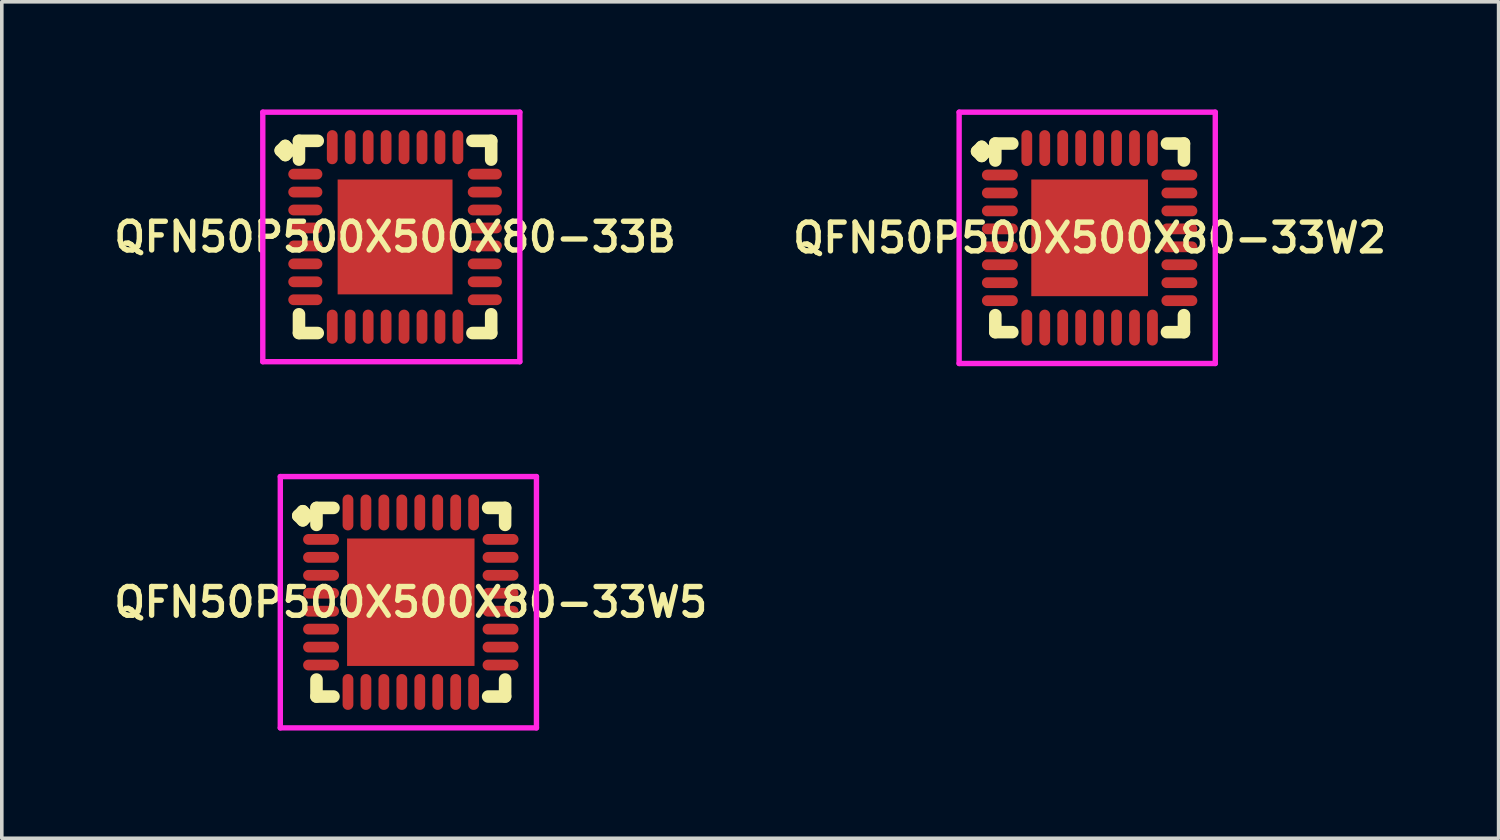
<source format=kicad_pcb>
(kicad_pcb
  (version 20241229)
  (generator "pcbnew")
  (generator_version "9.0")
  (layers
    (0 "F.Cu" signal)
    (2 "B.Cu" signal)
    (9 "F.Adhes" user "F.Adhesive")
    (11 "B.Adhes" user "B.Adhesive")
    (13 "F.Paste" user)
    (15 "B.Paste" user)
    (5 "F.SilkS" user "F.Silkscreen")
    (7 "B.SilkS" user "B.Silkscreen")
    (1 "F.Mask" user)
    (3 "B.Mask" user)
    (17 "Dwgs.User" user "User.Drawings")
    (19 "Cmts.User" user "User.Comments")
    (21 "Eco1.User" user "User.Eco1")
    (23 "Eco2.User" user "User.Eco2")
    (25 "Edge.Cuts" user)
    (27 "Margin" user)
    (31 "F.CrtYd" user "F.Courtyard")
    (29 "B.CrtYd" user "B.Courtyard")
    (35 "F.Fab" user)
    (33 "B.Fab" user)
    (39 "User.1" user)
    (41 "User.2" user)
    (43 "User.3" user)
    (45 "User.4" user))
  (footprint "QFN50P500X500X80-33W5"
    (layer "F.Cu")
    (at 8.393 13.725)
    (property "Reference" "QFN50P500X500X80-33W5" (at 0 0 0) (layer "F.SilkS") (effects (font (size 0.8 0.8) (thickness 0.15))))
    (attr smd)
    (fp_line (start -3.135 -2.408) (end -3.008 -2.535) (stroke (width 0.35) (type solid)) (layer "F.SilkS"))
    (fp_line (start -3.008 -2.535) (end -2.881 -2.408) (stroke (width 0.35) (type solid)) (layer "F.SilkS"))
    (fp_line (start -3.008 -2.281) (end -3.135 -2.408) (stroke (width 0.35) (type solid)) (layer "F.SilkS"))
    (fp_line (start -2.881 -2.408) (end -3.008 -2.281) (stroke (width 0.35) (type solid)) (layer "F.SilkS"))
    (fp_line (start -2.627 -2.627) (end -2.154 -2.627) (stroke (width 0.35) (type solid)) (layer "F.SilkS"))
    (fp_line (start -2.627 -2.154) (end -2.627 -2.627) (stroke (width 0.35) (type solid)) (layer "F.SilkS"))
    (fp_line (start -2.627 2.154) (end -2.627 2.627) (stroke (width 0.35) (type solid)) (layer "F.SilkS"))
    (fp_line (start -2.627 2.627) (end -2.154 2.627) (stroke (width 0.35) (type solid)) (layer "F.SilkS"))
    (fp_line (start 2.154 -2.627) (end 2.627 -2.627) (stroke (width 0.35) (type solid)) (layer "F.SilkS"))
    (fp_line (start 2.154 2.627) (end 2.627 2.627) (stroke (width 0.35) (type solid)) (layer "F.SilkS"))
    (fp_line (start 2.627 -2.627) (end 2.627 -2.154) (stroke (width 0.35) (type solid)) (layer "F.SilkS"))
    (fp_line (start 2.627 2.627) (end 2.627 2.154) (stroke (width 0.35) (type solid)) (layer "F.SilkS"))
    (fp_line (start -3.635 -3.5) (end 3.5 -3.5) (stroke (width 0.15) (type solid)) (layer "F.CrtYd"))
    (fp_line (start -3.635 3.5) (end -3.635 -3.5) (stroke (width 0.15) (type solid)) (layer "F.CrtYd"))
    (fp_line (start 3.5 -3.5) (end 3.5 3.5) (stroke (width 0.15) (type solid)) (layer "F.CrtYd"))
    (fp_line (start 3.5 3.5) (end -3.635 3.5) (stroke (width 0.15) (type solid)) (layer "F.CrtYd"))
    (pad "1" smd oval (at -2.5 -1.75) (size 1 0.3) (layers "F.Cu" "F.Mask" "F.Paste"))
    (pad "2" smd oval (at -2.5 -1.25) (size 1 0.3) (layers "F.Cu" "F.Mask" "F.Paste"))
    (pad "3" smd oval (at -2.5 -0.75) (size 1 0.3) (layers "F.Cu" "F.Mask" "F.Paste"))
    (pad "4" smd oval (at -2.5 -0.25) (size 1 0.3) (layers "F.Cu" "F.Mask" "F.Paste"))
    (pad "5" smd oval (at -2.5 0.25) (size 1 0.3) (layers "F.Cu" "F.Mask" "F.Paste"))
    (pad "6" smd oval (at -2.5 0.75) (size 1 0.3) (layers "F.Cu" "F.Mask" "F.Paste"))
    (pad "7" smd oval (at -2.5 1.25) (size 1 0.3) (layers "F.Cu" "F.Mask" "F.Paste"))
    (pad "8" smd oval (at -2.5 1.75) (size 1 0.3) (layers "F.Cu" "F.Mask" "F.Paste"))
    (pad "9" smd oval (at -1.75 2.5) (size 0.3 1) (layers "F.Cu" "F.Mask" "F.Paste"))
    (pad "10" smd oval (at -1.25 2.5) (size 0.3 1) (layers "F.Cu" "F.Mask" "F.Paste"))
    (pad "11" smd oval (at -0.75 2.5) (size 0.3 1) (layers "F.Cu" "F.Mask" "F.Paste"))
    (pad "12" smd oval (at -0.25 2.5) (size 0.3 1) (layers "F.Cu" "F.Mask" "F.Paste"))
    (pad "13" smd oval (at 0.25 2.5) (size 0.3 1) (layers "F.Cu" "F.Mask" "F.Paste"))
    (pad "14" smd oval (at 0.75 2.5) (size 0.3 1) (layers "F.Cu" "F.Mask" "F.Paste"))
    (pad "15" smd oval (at 1.25 2.5) (size 0.3 1) (layers "F.Cu" "F.Mask" "F.Paste"))
    (pad "16" smd oval (at 1.75 2.5) (size 0.3 1) (layers "F.Cu" "F.Mask" "F.Paste"))
    (pad "17" smd oval (at 2.5 1.75) (size 1 0.3) (layers "F.Cu" "F.Mask" "F.Paste"))
    (pad "18" smd oval (at 2.5 1.25) (size 1 0.3) (layers "F.Cu" "F.Mask" "F.Paste"))
    (pad "19" smd oval (at 2.5 0.75) (size 1 0.3) (layers "F.Cu" "F.Mask" "F.Paste"))
    (pad "20" smd oval (at 2.5 0.25) (size 1 0.3) (layers "F.Cu" "F.Mask" "F.Paste"))
    (pad "21" smd oval (at 2.5 -0.25) (size 1 0.3) (layers "F.Cu" "F.Mask" "F.Paste"))
    (pad "22" smd oval (at 2.5 -0.75) (size 1 0.3) (layers "F.Cu" "F.Mask" "F.Paste"))
    (pad "23" smd oval (at 2.5 -1.25) (size 1 0.3) (layers "F.Cu" "F.Mask" "F.Paste"))
    (pad "24" smd oval (at 2.5 -1.75) (size 1 0.3) (layers "F.Cu" "F.Mask" "F.Paste"))
    (pad "25" smd oval (at 1.75 -2.5) (size 0.3 1) (layers "F.Cu" "F.Mask" "F.Paste"))
    (pad "26" smd oval (at 1.25 -2.5) (size 0.3 1) (layers "F.Cu" "F.Mask" "F.Paste"))
    (pad "27" smd oval (at 0.75 -2.5) (size 0.3 1) (layers "F.Cu" "F.Mask" "F.Paste"))
    (pad "28" smd oval (at 0.25 -2.5) (size 0.3 1) (layers "F.Cu" "F.Mask" "F.Paste"))
    (pad "29" smd oval (at -0.25 -2.5) (size 0.3 1) (layers "F.Cu" "F.Mask" "F.Paste"))
    (pad "30" smd oval (at -0.75 -2.5) (size 0.3 1) (layers "F.Cu" "F.Mask" "F.Paste"))
    (pad "31" smd oval (at -1.25 -2.5) (size 0.3 1) (layers "F.Cu" "F.Mask" "F.Paste"))
    (pad "32" smd oval (at -1.75 -2.5) (size 0.3 1) (layers "F.Cu" "F.Mask" "F.Paste"))
    (pad "33" smd rect (at 0 0) (size 3.55 3.55) (layers "F.Cu" "F.Mask" "F.Paste")))
  (footprint "QFN50P500X500X80-33W2"
    (layer "F.Cu")
    (at 27.302 3.575)
    (property "Reference" "QFN50P500X500X80-33W2" (at 0 0 0) (layer "F.SilkS") (effects (font (size 0.8 0.8) (thickness 0.15))))
    (attr smd)
    (fp_line (start -3.135 -2.408) (end -3.008 -2.535) (stroke (width 0.35) (type solid)) (layer "F.SilkS"))
    (fp_line (start -3.008 -2.535) (end -2.881 -2.408) (stroke (width 0.35) (type solid)) (layer "F.SilkS"))
    (fp_line (start -3.008 -2.281) (end -3.135 -2.408) (stroke (width 0.35) (type solid)) (layer "F.SilkS"))
    (fp_line (start -2.881 -2.408) (end -3.008 -2.281) (stroke (width 0.35) (type solid)) (layer "F.SilkS"))
    (fp_line (start -2.627 -2.627) (end -2.154 -2.627) (stroke (width 0.35) (type solid)) (layer "F.SilkS"))
    (fp_line (start -2.627 -2.154) (end -2.627 -2.627) (stroke (width 0.35) (type solid)) (layer "F.SilkS"))
    (fp_line (start -2.627 2.154) (end -2.627 2.627) (stroke (width 0.35) (type solid)) (layer "F.SilkS"))
    (fp_line (start -2.627 2.627) (end -2.154 2.627) (stroke (width 0.35) (type solid)) (layer "F.SilkS"))
    (fp_line (start 2.154 -2.627) (end 2.627 -2.627) (stroke (width 0.35) (type solid)) (layer "F.SilkS"))
    (fp_line (start 2.154 2.627) (end 2.627 2.627) (stroke (width 0.35) (type solid)) (layer "F.SilkS"))
    (fp_line (start 2.627 -2.627) (end 2.627 -2.154) (stroke (width 0.35) (type solid)) (layer "F.SilkS"))
    (fp_line (start 2.627 2.627) (end 2.627 2.154) (stroke (width 0.35) (type solid)) (layer "F.SilkS"))
    (fp_line (start -3.635 -3.5) (end 3.5 -3.5) (stroke (width 0.15) (type solid)) (layer "F.CrtYd"))
    (fp_line (start -3.635 3.5) (end -3.635 -3.5) (stroke (width 0.15) (type solid)) (layer "F.CrtYd"))
    (fp_line (start 3.5 -3.5) (end 3.5 3.5) (stroke (width 0.15) (type solid)) (layer "F.CrtYd"))
    (fp_line (start 3.5 3.5) (end -3.635 3.5) (stroke (width 0.15) (type solid)) (layer "F.CrtYd"))
    (pad "1" smd oval (at -2.5 -1.75) (size 1 0.3) (layers "F.Cu" "F.Mask" "F.Paste"))
    (pad "2" smd oval (at -2.5 -1.25) (size 1 0.3) (layers "F.Cu" "F.Mask" "F.Paste"))
    (pad "3" smd oval (at -2.5 -0.75) (size 1 0.3) (layers "F.Cu" "F.Mask" "F.Paste"))
    (pad "4" smd oval (at -2.5 -0.25) (size 1 0.3) (layers "F.Cu" "F.Mask" "F.Paste"))
    (pad "5" smd oval (at -2.5 0.25) (size 1 0.3) (layers "F.Cu" "F.Mask" "F.Paste"))
    (pad "6" smd oval (at -2.5 0.75) (size 1 0.3) (layers "F.Cu" "F.Mask" "F.Paste"))
    (pad "7" smd oval (at -2.5 1.25) (size 1 0.3) (layers "F.Cu" "F.Mask" "F.Paste"))
    (pad "8" smd oval (at -2.5 1.75) (size 1 0.3) (layers "F.Cu" "F.Mask" "F.Paste"))
    (pad "9" smd oval (at -1.75 2.5) (size 0.3 1) (layers "F.Cu" "F.Mask" "F.Paste"))
    (pad "10" smd oval (at -1.25 2.5) (size 0.3 1) (layers "F.Cu" "F.Mask" "F.Paste"))
    (pad "11" smd oval (at -0.75 2.5) (size 0.3 1) (layers "F.Cu" "F.Mask" "F.Paste"))
    (pad "12" smd oval (at -0.25 2.5) (size 0.3 1) (layers "F.Cu" "F.Mask" "F.Paste"))
    (pad "13" smd oval (at 0.25 2.5) (size 0.3 1) (layers "F.Cu" "F.Mask" "F.Paste"))
    (pad "14" smd oval (at 0.75 2.5) (size 0.3 1) (layers "F.Cu" "F.Mask" "F.Paste"))
    (pad "15" smd oval (at 1.25 2.5) (size 0.3 1) (layers "F.Cu" "F.Mask" "F.Paste"))
    (pad "16" smd oval (at 1.75 2.5) (size 0.3 1) (layers "F.Cu" "F.Mask" "F.Paste"))
    (pad "17" smd oval (at 2.5 1.75) (size 1 0.3) (layers "F.Cu" "F.Mask" "F.Paste"))
    (pad "18" smd oval (at 2.5 1.25) (size 1 0.3) (layers "F.Cu" "F.Mask" "F.Paste"))
    (pad "19" smd oval (at 2.5 0.75) (size 1 0.3) (layers "F.Cu" "F.Mask" "F.Paste"))
    (pad "20" smd oval (at 2.5 0.25) (size 1 0.3) (layers "F.Cu" "F.Mask" "F.Paste"))
    (pad "21" smd oval (at 2.5 -0.25) (size 1 0.3) (layers "F.Cu" "F.Mask" "F.Paste"))
    (pad "22" smd oval (at 2.5 -0.75) (size 1 0.3) (layers "F.Cu" "F.Mask" "F.Paste"))
    (pad "23" smd oval (at 2.5 -1.25) (size 1 0.3) (layers "F.Cu" "F.Mask" "F.Paste"))
    (pad "24" smd oval (at 2.5 -1.75) (size 1 0.3) (layers "F.Cu" "F.Mask" "F.Paste"))
    (pad "25" smd oval (at 1.75 -2.5) (size 0.3 1) (layers "F.Cu" "F.Mask" "F.Paste"))
    (pad "26" smd oval (at 1.25 -2.5) (size 0.3 1) (layers "F.Cu" "F.Mask" "F.Paste"))
    (pad "27" smd oval (at 0.75 -2.5) (size 0.3 1) (layers "F.Cu" "F.Mask" "F.Paste"))
    (pad "28" smd oval (at 0.25 -2.5) (size 0.3 1) (layers "F.Cu" "F.Mask" "F.Paste"))
    (pad "29" smd oval (at -0.25 -2.5) (size 0.3 1) (layers "F.Cu" "F.Mask" "F.Paste"))
    (pad "30" smd oval (at -0.75 -2.5) (size 0.3 1) (layers "F.Cu" "F.Mask" "F.Paste"))
    (pad "31" smd oval (at -1.25 -2.5) (size 0.3 1) (layers "F.Cu" "F.Mask" "F.Paste"))
    (pad "32" smd oval (at -1.75 -2.5) (size 0.3 1) (layers "F.Cu" "F.Mask" "F.Paste"))
    (pad "33" smd rect (at 0 0) (size 3.25 3.25) (layers "F.Cu" "F.Mask" "F.Paste")))
  (footprint "QFN50P500X500X80-33B"
    (layer "F.Cu")
    (at 7.955 3.55)
    (property "Reference" "QFN50P500X500X80-33B" (at 0 0 0) (layer "F.SilkS") (effects (font (size 0.8 0.8) (thickness 0.15))))
    (attr smd)
    (fp_line (start -3.185 -2.408) (end -3.058 -2.535) (stroke (width 0.35) (type solid)) (layer "F.SilkS"))
    (fp_line (start -3.058 -2.535) (end -2.931 -2.408) (stroke (width 0.35) (type solid)) (layer "F.SilkS"))
    (fp_line (start -3.058 -2.281) (end -3.185 -2.408) (stroke (width 0.35) (type solid)) (layer "F.SilkS"))
    (fp_line (start -2.931 -2.408) (end -3.058 -2.281) (stroke (width 0.35) (type solid)) (layer "F.SilkS"))
    (fp_line (start -2.677 -2.677) (end -2.154 -2.677) (stroke (width 0.35) (type solid)) (layer "F.SilkS"))
    (fp_line (start -2.677 -2.154) (end -2.677 -2.677) (stroke (width 0.35) (type solid)) (layer "F.SilkS"))
    (fp_line (start -2.677 2.154) (end -2.677 2.677) (stroke (width 0.35) (type solid)) (layer "F.SilkS"))
    (fp_line (start -2.677 2.677) (end -2.154 2.677) (stroke (width 0.35) (type solid)) (layer "F.SilkS"))
    (fp_line (start 2.154 -2.677) (end 2.677 -2.677) (stroke (width 0.35) (type solid)) (layer "F.SilkS"))
    (fp_line (start 2.154 2.677) (end 2.677 2.677) (stroke (width 0.35) (type solid)) (layer "F.SilkS"))
    (fp_line (start 2.677 -2.677) (end 2.677 -2.154) (stroke (width 0.35) (type solid)) (layer "F.SilkS"))
    (fp_line (start 2.677 2.677) (end 2.677 2.154) (stroke (width 0.35) (type solid)) (layer "F.SilkS"))
    (fp_line (start -3.685 -3.475) (end 3.475 -3.475) (stroke (width 0.15) (type solid)) (layer "F.CrtYd"))
    (fp_line (start -3.685 3.475) (end -3.685 -3.475) (stroke (width 0.15) (type solid)) (layer "F.CrtYd"))
    (fp_line (start 3.475 -3.475) (end 3.475 3.475) (stroke (width 0.15) (type solid)) (layer "F.CrtYd"))
    (fp_line (start 3.475 3.475) (end -3.685 3.475) (stroke (width 0.15) (type solid)) (layer "F.CrtYd"))
    (pad "1" smd oval (at -2.5 -1.75) (size 0.95 0.3) (layers "F.Cu" "F.Mask" "F.Paste"))
    (pad "2" smd oval (at -2.5 -1.25) (size 0.95 0.3) (layers "F.Cu" "F.Mask" "F.Paste"))
    (pad "3" smd oval (at -2.5 -0.75) (size 0.95 0.3) (layers "F.Cu" "F.Mask" "F.Paste"))
    (pad "4" smd oval (at -2.5 -0.25) (size 0.95 0.3) (layers "F.Cu" "F.Mask" "F.Paste"))
    (pad "5" smd oval (at -2.5 0.25) (size 0.95 0.3) (layers "F.Cu" "F.Mask" "F.Paste"))
    (pad "6" smd oval (at -2.5 0.75) (size 0.95 0.3) (layers "F.Cu" "F.Mask" "F.Paste"))
    (pad "7" smd oval (at -2.5 1.25) (size 0.95 0.3) (layers "F.Cu" "F.Mask" "F.Paste"))
    (pad "8" smd oval (at -2.5 1.75) (size 0.95 0.3) (layers "F.Cu" "F.Mask" "F.Paste"))
    (pad "9" smd oval (at -1.75 2.5) (size 0.3 0.95) (layers "F.Cu" "F.Mask" "F.Paste"))
    (pad "10" smd oval (at -1.25 2.5) (size 0.3 0.95) (layers "F.Cu" "F.Mask" "F.Paste"))
    (pad "11" smd oval (at -0.75 2.5) (size 0.3 0.95) (layers "F.Cu" "F.Mask" "F.Paste"))
    (pad "12" smd oval (at -0.25 2.5) (size 0.3 0.95) (layers "F.Cu" "F.Mask" "F.Paste"))
    (pad "13" smd oval (at 0.25 2.5) (size 0.3 0.95) (layers "F.Cu" "F.Mask" "F.Paste"))
    (pad "14" smd oval (at 0.75 2.5) (size 0.3 0.95) (layers "F.Cu" "F.Mask" "F.Paste"))
    (pad "15" smd oval (at 1.25 2.5) (size 0.3 0.95) (layers "F.Cu" "F.Mask" "F.Paste"))
    (pad "16" smd oval (at 1.75 2.5) (size 0.3 0.95) (layers "F.Cu" "F.Mask" "F.Paste"))
    (pad "17" smd oval (at 2.5 1.75) (size 0.95 0.3) (layers "F.Cu" "F.Mask" "F.Paste"))
    (pad "18" smd oval (at 2.5 1.25) (size 0.95 0.3) (layers "F.Cu" "F.Mask" "F.Paste"))
    (pad "19" smd oval (at 2.5 0.75) (size 0.95 0.3) (layers "F.Cu" "F.Mask" "F.Paste"))
    (pad "20" smd oval (at 2.5 0.25) (size 0.95 0.3) (layers "F.Cu" "F.Mask" "F.Paste"))
    (pad "21" smd oval (at 2.5 -0.25) (size 0.95 0.3) (layers "F.Cu" "F.Mask" "F.Paste"))
    (pad "22" smd oval (at 2.5 -0.75) (size 0.95 0.3) (layers "F.Cu" "F.Mask" "F.Paste"))
    (pad "23" smd oval (at 2.5 -1.25) (size 0.95 0.3) (layers "F.Cu" "F.Mask" "F.Paste"))
    (pad "24" smd oval (at 2.5 -1.75) (size 0.95 0.3) (layers "F.Cu" "F.Mask" "F.Paste"))
    (pad "25" smd oval (at 1.75 -2.5) (size 0.3 0.95) (layers "F.Cu" "F.Mask" "F.Paste"))
    (pad "26" smd oval (at 1.25 -2.5) (size 0.3 0.95) (layers "F.Cu" "F.Mask" "F.Paste"))
    (pad "27" smd oval (at 0.75 -2.5) (size 0.3 0.95) (layers "F.Cu" "F.Mask" "F.Paste"))
    (pad "28" smd oval (at 0.25 -2.5) (size 0.3 0.95) (layers "F.Cu" "F.Mask" "F.Paste"))
    (pad "29" smd oval (at -0.25 -2.5) (size 0.3 0.95) (layers "F.Cu" "F.Mask" "F.Paste"))
    (pad "30" smd oval (at -0.75 -2.5) (size 0.3 0.95) (layers "F.Cu" "F.Mask" "F.Paste"))
    (pad "31" smd oval (at -1.25 -2.5) (size 0.3 0.95) (layers "F.Cu" "F.Mask" "F.Paste"))
    (pad "32" smd oval (at -1.75 -2.5) (size 0.3 0.95) (layers "F.Cu" "F.Mask" "F.Paste"))
    (pad "33" smd rect (at 0 0) (size 3.2 3.2) (layers "F.Cu" "F.Mask" "F.Paste")))
  (gr_rect
    (start -3 -3)
    (end 38.694 20.3)
    (stroke (width 0.1) (type default))
    (fill no)
    (layer "Edge.Cuts")))
</source>
